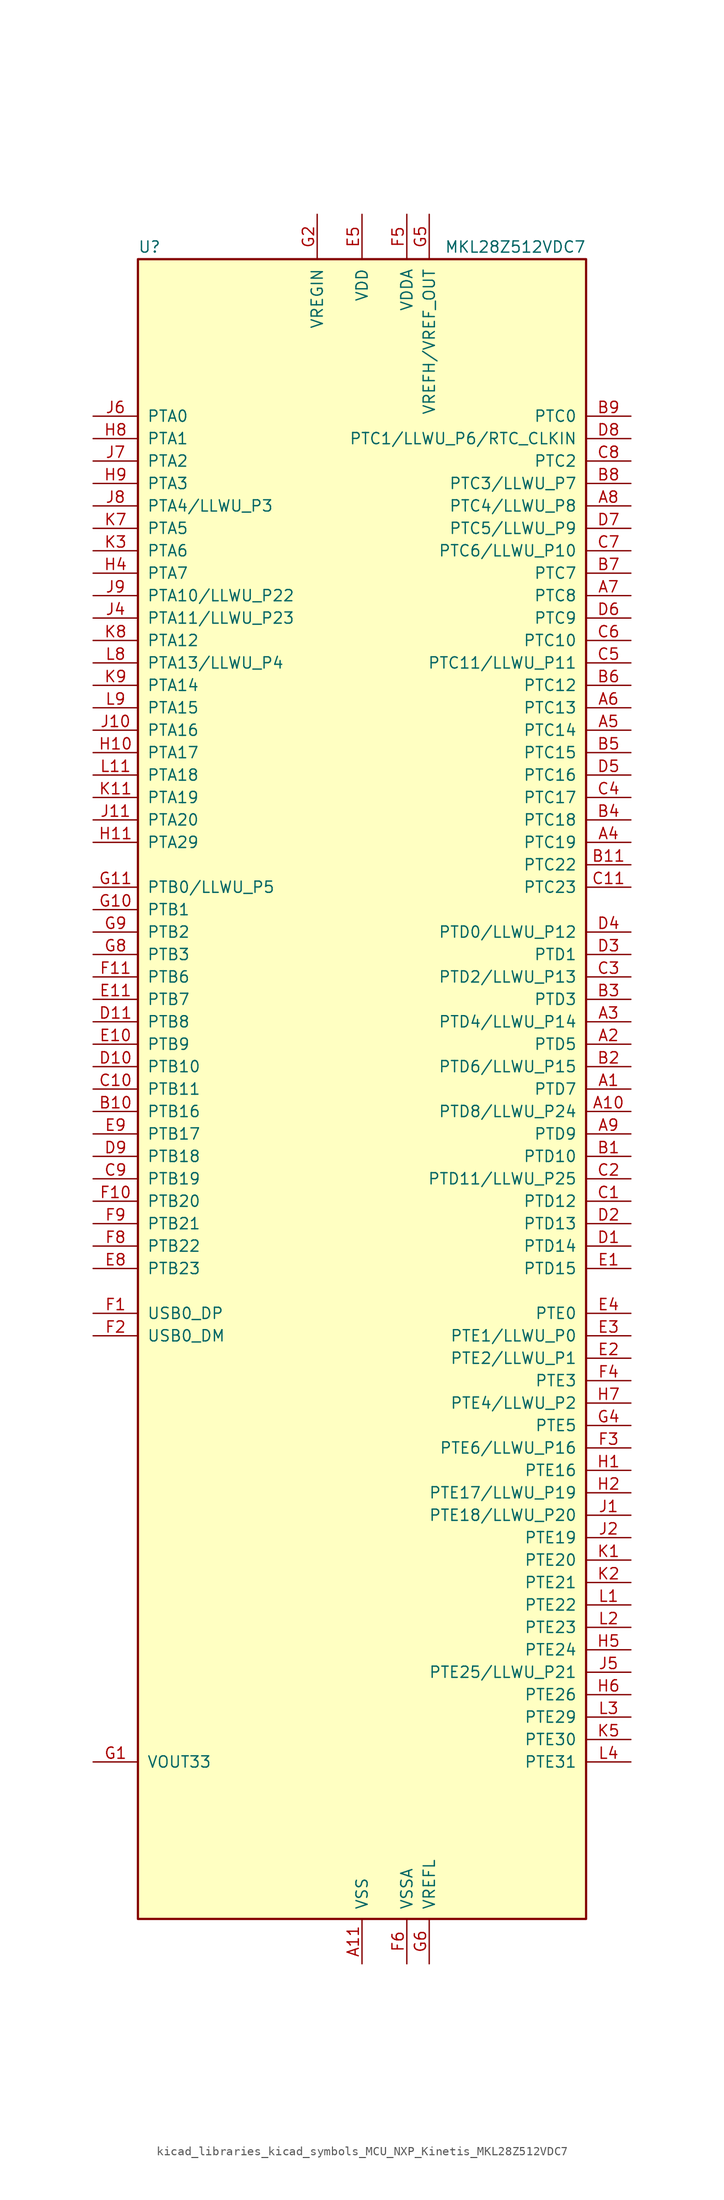
<source format=kicad_sym>
(kicad_symbol_lib
  (version 20220914)
  (generator kicad_symbol_editor)
  (symbol "kicad_libraries_kicad_symbols_MCU_NXP_Kinetis_MKL28Z512VDC7"
    (pin_names
      (offset 1.016))
    (property "Reference" "U"
      (at -25.4 94.615 0)
      (effects (font (size 1.27 1.27)) (justify left bottom)))
    (property "Value" "MKL28Z512VDC7"
      (at 25.4 94.615 0)
      (effects (font (size 1.27 1.27)) (justify right bottom)))
    (symbol "kicad_libraries_kicad_symbols_MCU_NXP_Kinetis_MKL28Z512VDC7_0_1"
      (rectangle (start -25.4 93.98) (end 25.4 -93.98) (stroke (width 0.254) (type default)) (fill (type background))))
    (symbol "kicad_libraries_kicad_symbols_MCU_NXP_Kinetis_MKL28Z512VDC7_1_1"
      (pin bidirectional line (at 30.48 0 180) (length 5.08) (name "PTD7" (effects (font (size 1.27 1.27)))) (number "A1" (effects (font (size 1.27 1.27)))))
      (pin bidirectional line (at 30.48 -2.54 180) (length 5.08) (name "PTD8/LLWU_P24" (effects (font (size 1.27 1.27)))) (number "A10" (effects (font (size 1.27 1.27)))))
      (pin power_in line (at 0 -99.06 90) (length 5.08) (name "VSS" (effects (font (size 1.27 1.27)))) (number "A11" (effects (font (size 1.27 1.27)))))
      (pin bidirectional line (at 30.48 5.08 180) (length 5.08) (name "PTD5" (effects (font (size 1.27 1.27)))) (number "A2" (effects (font (size 1.27 1.27)))))
      (pin bidirectional line (at 30.48 7.62 180) (length 5.08) (name "PTD4/LLWU_P14" (effects (font (size 1.27 1.27)))) (number "A3" (effects (font (size 1.27 1.27)))))
      (pin bidirectional line (at 30.48 27.94 180) (length 5.08) (name "PTC19" (effects (font (size 1.27 1.27)))) (number "A4" (effects (font (size 1.27 1.27)))))
      (pin bidirectional line (at 30.48 40.64 180) (length 5.08) (name "PTC14" (effects (font (size 1.27 1.27)))) (number "A5" (effects (font (size 1.27 1.27)))))
      (pin bidirectional line (at 30.48 43.18 180) (length 5.08) (name "PTC13" (effects (font (size 1.27 1.27)))) (number "A6" (effects (font (size 1.27 1.27)))))
      (pin bidirectional line (at 30.48 55.88 180) (length 5.08) (name "PTC8" (effects (font (size 1.27 1.27)))) (number "A7" (effects (font (size 1.27 1.27)))))
      (pin bidirectional line (at 30.48 66.04 180) (length 5.08) (name "PTC4/LLWU_P8" (effects (font (size 1.27 1.27)))) (number "A8" (effects (font (size 1.27 1.27)))))
      (pin bidirectional line (at 30.48 -5.08 180) (length 5.08) (name "PTD9" (effects (font (size 1.27 1.27)))) (number "A9" (effects (font (size 1.27 1.27)))))
      (pin bidirectional line (at 30.48 -7.62 180) (length 5.08) (name "PTD10" (effects (font (size 1.27 1.27)))) (number "B1" (effects (font (size 1.27 1.27)))))
      (pin bidirectional line (at -30.48 -2.54 0) (length 5.08) (name "PTB16" (effects (font (size 1.27 1.27)))) (number "B10" (effects (font (size 1.27 1.27)))))
      (pin bidirectional line (at 30.48 25.4 180) (length 5.08) (name "PTC22" (effects (font (size 1.27 1.27)))) (number "B11" (effects (font (size 1.27 1.27)))))
      (pin bidirectional line (at 30.48 2.54 180) (length 5.08) (name "PTD6/LLWU_P15" (effects (font (size 1.27 1.27)))) (number "B2" (effects (font (size 1.27 1.27)))))
      (pin bidirectional line (at 30.48 10.16 180) (length 5.08) (name "PTD3" (effects (font (size 1.27 1.27)))) (number "B3" (effects (font (size 1.27 1.27)))))
      (pin bidirectional line (at 30.48 30.48 180) (length 5.08) (name "PTC18" (effects (font (size 1.27 1.27)))) (number "B4" (effects (font (size 1.27 1.27)))))
      (pin bidirectional line (at 30.48 38.1 180) (length 5.08) (name "PTC15" (effects (font (size 1.27 1.27)))) (number "B5" (effects (font (size 1.27 1.27)))))
      (pin bidirectional line (at 30.48 45.72 180) (length 5.08) (name "PTC12" (effects (font (size 1.27 1.27)))) (number "B6" (effects (font (size 1.27 1.27)))))
      (pin bidirectional line (at 30.48 58.42 180) (length 5.08) (name "PTC7" (effects (font (size 1.27 1.27)))) (number "B7" (effects (font (size 1.27 1.27)))))
      (pin bidirectional line (at 30.48 68.58 180) (length 5.08) (name "PTC3/LLWU_P7" (effects (font (size 1.27 1.27)))) (number "B8" (effects (font (size 1.27 1.27)))))
      (pin bidirectional line (at 30.48 76.2 180) (length 5.08) (name "PTC0" (effects (font (size 1.27 1.27)))) (number "B9" (effects (font (size 1.27 1.27)))))
      (pin bidirectional line (at 30.48 -12.7 180) (length 5.08) (name "PTD12" (effects (font (size 1.27 1.27)))) (number "C1" (effects (font (size 1.27 1.27)))))
      (pin bidirectional line (at -30.48 0 0) (length 5.08) (name "PTB11" (effects (font (size 1.27 1.27)))) (number "C10" (effects (font (size 1.27 1.27)))))
      (pin bidirectional line (at 30.48 22.86 180) (length 5.08) (name "PTC23" (effects (font (size 1.27 1.27)))) (number "C11" (effects (font (size 1.27 1.27)))))
      (pin bidirectional line (at 30.48 -10.16 180) (length 5.08) (name "PTD11/LLWU_P25" (effects (font (size 1.27 1.27)))) (number "C2" (effects (font (size 1.27 1.27)))))
      (pin bidirectional line (at 30.48 12.7 180) (length 5.08) (name "PTD2/LLWU_P13" (effects (font (size 1.27 1.27)))) (number "C3" (effects (font (size 1.27 1.27)))))
      (pin bidirectional line (at 30.48 33.02 180) (length 5.08) (name "PTC17" (effects (font (size 1.27 1.27)))) (number "C4" (effects (font (size 1.27 1.27)))))
      (pin bidirectional line (at 30.48 48.26 180) (length 5.08) (name "PTC11/LLWU_P11" (effects (font (size 1.27 1.27)))) (number "C5" (effects (font (size 1.27 1.27)))))
      (pin bidirectional line (at 30.48 50.8 180) (length 5.08) (name "PTC10" (effects (font (size 1.27 1.27)))) (number "C6" (effects (font (size 1.27 1.27)))))
      (pin bidirectional line (at 30.48 60.96 180) (length 5.08) (name "PTC6/LLWU_P10" (effects (font (size 1.27 1.27)))) (number "C7" (effects (font (size 1.27 1.27)))))
      (pin bidirectional line (at 30.48 71.12 180) (length 5.08) (name "PTC2" (effects (font (size 1.27 1.27)))) (number "C8" (effects (font (size 1.27 1.27)))))
      (pin bidirectional line (at -30.48 -10.16 0) (length 5.08) (name "PTB19" (effects (font (size 1.27 1.27)))) (number "C9" (effects (font (size 1.27 1.27)))))
      (pin bidirectional line (at 30.48 -17.78 180) (length 5.08) (name "PTD14" (effects (font (size 1.27 1.27)))) (number "D1" (effects (font (size 1.27 1.27)))))
      (pin bidirectional line (at -30.48 2.54 0) (length 5.08) (name "PTB10" (effects (font (size 1.27 1.27)))) (number "D10" (effects (font (size 1.27 1.27)))))
      (pin bidirectional line (at -30.48 7.62 0) (length 5.08) (name "PTB8" (effects (font (size 1.27 1.27)))) (number "D11" (effects (font (size 1.27 1.27)))))
      (pin bidirectional line (at 30.48 -15.24 180) (length 5.08) (name "PTD13" (effects (font (size 1.27 1.27)))) (number "D2" (effects (font (size 1.27 1.27)))))
      (pin bidirectional line (at 30.48 15.24 180) (length 5.08) (name "PTD1" (effects (font (size 1.27 1.27)))) (number "D3" (effects (font (size 1.27 1.27)))))
      (pin bidirectional line (at 30.48 17.78 180) (length 5.08) (name "PTD0/LLWU_P12" (effects (font (size 1.27 1.27)))) (number "D4" (effects (font (size 1.27 1.27)))))
      (pin bidirectional line (at 30.48 35.56 180) (length 5.08) (name "PTC16" (effects (font (size 1.27 1.27)))) (number "D5" (effects (font (size 1.27 1.27)))))
      (pin bidirectional line (at 30.48 53.34 180) (length 5.08) (name "PTC9" (effects (font (size 1.27 1.27)))) (number "D6" (effects (font (size 1.27 1.27)))))
      (pin bidirectional line (at 30.48 63.5 180) (length 5.08) (name "PTC5/LLWU_P9" (effects (font (size 1.27 1.27)))) (number "D7" (effects (font (size 1.27 1.27)))))
      (pin bidirectional line (at 30.48 73.66 180) (length 5.08) (name "PTC1/LLWU_P6/RTC_CLKIN" (effects (font (size 1.27 1.27)))) (number "D8" (effects (font (size 1.27 1.27)))))
      (pin bidirectional line (at -30.48 -7.62 0) (length 5.08) (name "PTB18" (effects (font (size 1.27 1.27)))) (number "D9" (effects (font (size 1.27 1.27)))))
      (pin bidirectional line (at 30.48 -20.32 180) (length 5.08) (name "PTD15" (effects (font (size 1.27 1.27)))) (number "E1" (effects (font (size 1.27 1.27)))))
      (pin bidirectional line (at -30.48 5.08 0) (length 5.08) (name "PTB9" (effects (font (size 1.27 1.27)))) (number "E10" (effects (font (size 1.27 1.27)))))
      (pin bidirectional line (at -30.48 10.16 0) (length 5.08) (name "PTB7" (effects (font (size 1.27 1.27)))) (number "E11" (effects (font (size 1.27 1.27)))))
      (pin bidirectional line (at 30.48 -30.48 180) (length 5.08) (name "PTE2/LLWU_P1" (effects (font (size 1.27 1.27)))) (number "E2" (effects (font (size 1.27 1.27)))))
      (pin bidirectional line (at 30.48 -27.94 180) (length 5.08) (name "PTE1/LLWU_P0" (effects (font (size 1.27 1.27)))) (number "E3" (effects (font (size 1.27 1.27)))))
      (pin bidirectional line (at 30.48 -25.4 180) (length 5.08) (name "PTE0" (effects (font (size 1.27 1.27)))) (number "E4" (effects (font (size 1.27 1.27)))))
      (pin power_in line (at 0 99.06 270) (length 5.08) (name "VDD" (effects (font (size 1.27 1.27)))) (number "E5" (effects (font (size 1.27 1.27)))))
      (pin passive line (at 0 99.06 270) (length 5.08) hide (name "VDD" (effects (font (size 1.27 1.27)))) (number "E6" (effects (font (size 1.27 1.27)))))
      (pin passive line (at 0 99.06 270) (length 5.08) hide (name "VDD" (effects (font (size 1.27 1.27)))) (number "E7" (effects (font (size 1.27 1.27)))))
      (pin bidirectional line (at -30.48 -20.32 0) (length 5.08) (name "PTB23" (effects (font (size 1.27 1.27)))) (number "E8" (effects (font (size 1.27 1.27)))))
      (pin bidirectional line (at -30.48 -5.08 0) (length 5.08) (name "PTB17" (effects (font (size 1.27 1.27)))) (number "E9" (effects (font (size 1.27 1.27)))))
      (pin bidirectional line (at -30.48 -25.4 0) (length 5.08) (name "USB0_DP" (effects (font (size 1.27 1.27)))) (number "F1" (effects (font (size 1.27 1.27)))))
      (pin bidirectional line (at -30.48 -12.7 0) (length 5.08) (name "PTB20" (effects (font (size 1.27 1.27)))) (number "F10" (effects (font (size 1.27 1.27)))))
      (pin bidirectional line (at -30.48 12.7 0) (length 5.08) (name "PTB6" (effects (font (size 1.27 1.27)))) (number "F11" (effects (font (size 1.27 1.27)))))
      (pin bidirectional line (at -30.48 -27.94 0) (length 5.08) (name "USB0_DM" (effects (font (size 1.27 1.27)))) (number "F2" (effects (font (size 1.27 1.27)))))
      (pin bidirectional line (at 30.48 -40.64 180) (length 5.08) (name "PTE6/LLWU_P16" (effects (font (size 1.27 1.27)))) (number "F3" (effects (font (size 1.27 1.27)))))
      (pin bidirectional line (at 30.48 -33.02 180) (length 5.08) (name "PTE3" (effects (font (size 1.27 1.27)))) (number "F4" (effects (font (size 1.27 1.27)))))
      (pin power_in line (at 5.08 99.06 270) (length 5.08) (name "VDDA" (effects (font (size 1.27 1.27)))) (number "F5" (effects (font (size 1.27 1.27)))))
      (pin power_in line (at 5.08 -99.06 90) (length 5.08) (name "VSSA" (effects (font (size 1.27 1.27)))) (number "F6" (effects (font (size 1.27 1.27)))))
      (pin passive line (at 0 -99.06 90) (length 5.08) hide (name "VSS" (effects (font (size 1.27 1.27)))) (number "F7" (effects (font (size 1.27 1.27)))))
      (pin bidirectional line (at -30.48 -17.78 0) (length 5.08) (name "PTB22" (effects (font (size 1.27 1.27)))) (number "F8" (effects (font (size 1.27 1.27)))))
      (pin bidirectional line (at -30.48 -15.24 0) (length 5.08) (name "PTB21" (effects (font (size 1.27 1.27)))) (number "F9" (effects (font (size 1.27 1.27)))))
      (pin power_out line (at -30.48 -76.2 0) (length 5.08) (name "VOUT33" (effects (font (size 1.27 1.27)))) (number "G1" (effects (font (size 1.27 1.27)))))
      (pin bidirectional line (at -30.48 20.32 0) (length 5.08) (name "PTB1" (effects (font (size 1.27 1.27)))) (number "G10" (effects (font (size 1.27 1.27)))))
      (pin bidirectional line (at -30.48 22.86 0) (length 5.08) (name "PTB0/LLWU_P5" (effects (font (size 1.27 1.27)))) (number "G11" (effects (font (size 1.27 1.27)))))
      (pin power_in line (at -5.08 99.06 270) (length 5.08) (name "VREGIN" (effects (font (size 1.27 1.27)))) (number "G2" (effects (font (size 1.27 1.27)))))
      (pin passive line (at 0 -99.06 90) (length 5.08) hide (name "VSS" (effects (font (size 1.27 1.27)))) (number "G3" (effects (font (size 1.27 1.27)))))
      (pin bidirectional line (at 30.48 -38.1 180) (length 5.08) (name "PTE5" (effects (font (size 1.27 1.27)))) (number "G4" (effects (font (size 1.27 1.27)))))
      (pin power_in line (at 7.62 99.06 270) (length 5.08) (name "VREFH/VREF_OUT" (effects (font (size 1.27 1.27)))) (number "G5" (effects (font (size 1.27 1.27)))))
      (pin power_in line (at 7.62 -99.06 90) (length 5.08) (name "VREFL" (effects (font (size 1.27 1.27)))) (number "G6" (effects (font (size 1.27 1.27)))))
      (pin passive line (at 0 -99.06 90) (length 5.08) hide (name "VSS" (effects (font (size 1.27 1.27)))) (number "G7" (effects (font (size 1.27 1.27)))))
      (pin bidirectional line (at -30.48 15.24 0) (length 5.08) (name "PTB3" (effects (font (size 1.27 1.27)))) (number "G8" (effects (font (size 1.27 1.27)))))
      (pin bidirectional line (at -30.48 17.78 0) (length 5.08) (name "PTB2" (effects (font (size 1.27 1.27)))) (number "G9" (effects (font (size 1.27 1.27)))))
      (pin bidirectional line (at 30.48 -43.18 180) (length 5.08) (name "PTE16" (effects (font (size 1.27 1.27)))) (number "H1" (effects (font (size 1.27 1.27)))))
      (pin bidirectional line (at -30.48 38.1 0) (length 5.08) (name "PTA17" (effects (font (size 1.27 1.27)))) (number "H10" (effects (font (size 1.27 1.27)))))
      (pin bidirectional line (at -30.48 27.94 0) (length 5.08) (name "PTA29" (effects (font (size 1.27 1.27)))) (number "H11" (effects (font (size 1.27 1.27)))))
      (pin bidirectional line (at 30.48 -45.72 180) (length 5.08) (name "PTE17/LLWU_P19" (effects (font (size 1.27 1.27)))) (number "H2" (effects (font (size 1.27 1.27)))))
      (pin no_connect line (at -25.4 -63.5 0) (length 5.08) hide (name "NC" (effects (font (size 1.27 1.27)))) (number "H3" (effects (font (size 1.27 1.27)))))
      (pin bidirectional line (at -30.48 58.42 0) (length 5.08) (name "PTA7" (effects (font (size 1.27 1.27)))) (number "H4" (effects (font (size 1.27 1.27)))))
      (pin bidirectional line (at 30.48 -63.5 180) (length 5.08) (name "PTE24" (effects (font (size 1.27 1.27)))) (number "H5" (effects (font (size 1.27 1.27)))))
      (pin bidirectional line (at 30.48 -68.58 180) (length 5.08) (name "PTE26" (effects (font (size 1.27 1.27)))) (number "H6" (effects (font (size 1.27 1.27)))))
      (pin bidirectional line (at 30.48 -35.56 180) (length 5.08) (name "PTE4/LLWU_P2" (effects (font (size 1.27 1.27)))) (number "H7" (effects (font (size 1.27 1.27)))))
      (pin bidirectional line (at -30.48 73.66 0) (length 5.08) (name "PTA1" (effects (font (size 1.27 1.27)))) (number "H8" (effects (font (size 1.27 1.27)))))
      (pin bidirectional line (at -30.48 68.58 0) (length 5.08) (name "PTA3" (effects (font (size 1.27 1.27)))) (number "H9" (effects (font (size 1.27 1.27)))))
      (pin bidirectional line (at 30.48 -48.26 180) (length 5.08) (name "PTE18/LLWU_P20" (effects (font (size 1.27 1.27)))) (number "J1" (effects (font (size 1.27 1.27)))))
      (pin bidirectional line (at -30.48 40.64 0) (length 5.08) (name "PTA16" (effects (font (size 1.27 1.27)))) (number "J10" (effects (font (size 1.27 1.27)))))
      (pin bidirectional line (at -30.48 30.48 0) (length 5.08) (name "PTA20" (effects (font (size 1.27 1.27)))) (number "J11" (effects (font (size 1.27 1.27)))))
      (pin bidirectional line (at 30.48 -50.8 180) (length 5.08) (name "PTE19" (effects (font (size 1.27 1.27)))) (number "J2" (effects (font (size 1.27 1.27)))))
      (pin no_connect line (at -25.4 -66.04 0) (length 5.08) hide (name "NC" (effects (font (size 1.27 1.27)))) (number "J3" (effects (font (size 1.27 1.27)))))
      (pin bidirectional line (at -30.48 53.34 0) (length 5.08) (name "PTA11/LLWU_P23" (effects (font (size 1.27 1.27)))) (number "J4" (effects (font (size 1.27 1.27)))))
      (pin bidirectional line (at 30.48 -66.04 180) (length 5.08) (name "PTE25/LLWU_P21" (effects (font (size 1.27 1.27)))) (number "J5" (effects (font (size 1.27 1.27)))))
      (pin bidirectional line (at -30.48 76.2 0) (length 5.08) (name "PTA0" (effects (font (size 1.27 1.27)))) (number "J6" (effects (font (size 1.27 1.27)))))
      (pin bidirectional line (at -30.48 71.12 0) (length 5.08) (name "PTA2" (effects (font (size 1.27 1.27)))) (number "J7" (effects (font (size 1.27 1.27)))))
      (pin bidirectional line (at -30.48 66.04 0) (length 5.08) (name "PTA4/LLWU_P3" (effects (font (size 1.27 1.27)))) (number "J8" (effects (font (size 1.27 1.27)))))
      (pin bidirectional line (at -30.48 55.88 0) (length 5.08) (name "PTA10/LLWU_P22" (effects (font (size 1.27 1.27)))) (number "J9" (effects (font (size 1.27 1.27)))))
      (pin bidirectional line (at 30.48 -53.34 180) (length 5.08) (name "PTE20" (effects (font (size 1.27 1.27)))) (number "K1" (effects (font (size 1.27 1.27)))))
      (pin passive line (at 0 -99.06 90) (length 5.08) hide (name "VSS" (effects (font (size 1.27 1.27)))) (number "K10" (effects (font (size 1.27 1.27)))))
      (pin bidirectional line (at -30.48 33.02 0) (length 5.08) (name "PTA19" (effects (font (size 1.27 1.27)))) (number "K11" (effects (font (size 1.27 1.27)))))
      (pin bidirectional line (at 30.48 -55.88 180) (length 5.08) (name "PTE21" (effects (font (size 1.27 1.27)))) (number "K2" (effects (font (size 1.27 1.27)))))
      (pin bidirectional line (at -30.48 60.96 0) (length 5.08) (name "PTA6" (effects (font (size 1.27 1.27)))) (number "K3" (effects (font (size 1.27 1.27)))))
      (pin no_connect line (at -25.4 -68.58 0) (length 5.08) hide (name "NC" (effects (font (size 1.27 1.27)))) (number "K4" (effects (font (size 1.27 1.27)))))
      (pin bidirectional line (at 30.48 -73.66 180) (length 5.08) (name "PTE30" (effects (font (size 1.27 1.27)))) (number "K5" (effects (font (size 1.27 1.27)))))
      (pin passive line (at 0 99.06 270) (length 5.08) hide (name "VDD" (effects (font (size 1.27 1.27)))) (number "K6" (effects (font (size 1.27 1.27)))))
      (pin bidirectional line (at -30.48 63.5 0) (length 5.08) (name "PTA5" (effects (font (size 1.27 1.27)))) (number "K7" (effects (font (size 1.27 1.27)))))
      (pin bidirectional line (at -30.48 50.8 0) (length 5.08) (name "PTA12" (effects (font (size 1.27 1.27)))) (number "K8" (effects (font (size 1.27 1.27)))))
      (pin bidirectional line (at -30.48 45.72 0) (length 5.08) (name "PTA14" (effects (font (size 1.27 1.27)))) (number "K9" (effects (font (size 1.27 1.27)))))
      (pin bidirectional line (at 30.48 -58.42 180) (length 5.08) (name "PTE22" (effects (font (size 1.27 1.27)))) (number "L1" (effects (font (size 1.27 1.27)))))
      (pin passive line (at 0 99.06 270) (length 5.08) hide (name "VDD" (effects (font (size 1.27 1.27)))) (number "L10" (effects (font (size 1.27 1.27)))))
      (pin bidirectional line (at -30.48 35.56 0) (length 5.08) (name "PTA18" (effects (font (size 1.27 1.27)))) (number "L11" (effects (font (size 1.27 1.27)))))
      (pin bidirectional line (at 30.48 -60.96 180) (length 5.08) (name "PTE23" (effects (font (size 1.27 1.27)))) (number "L2" (effects (font (size 1.27 1.27)))))
      (pin bidirectional line (at 30.48 -71.12 180) (length 5.08) (name "PTE29" (effects (font (size 1.27 1.27)))) (number "L3" (effects (font (size 1.27 1.27)))))
      (pin bidirectional line (at 30.48 -76.2 180) (length 5.08) (name "PTE31" (effects (font (size 1.27 1.27)))) (number "L4" (effects (font (size 1.27 1.27)))))
      (pin passive line (at 0 -99.06 90) (length 5.08) hide (name "VSS" (effects (font (size 1.27 1.27)))) (number "L5" (effects (font (size 1.27 1.27)))))
      (pin passive line (at 0 -99.06 90) (length 5.08) hide (name "VSS" (effects (font (size 1.27 1.27)))) (number "L6" (effects (font (size 1.27 1.27)))))
      (pin no_connect line (at -25.4 -71.12 0) (length 5.08) hide (name "NC" (effects (font (size 1.27 1.27)))) (number "L7" (effects (font (size 1.27 1.27)))))
      (pin bidirectional line (at -30.48 48.26 0) (length 5.08) (name "PTA13/LLWU_P4" (effects (font (size 1.27 1.27)))) (number "L8" (effects (font (size 1.27 1.27)))))
      (pin bidirectional line (at -30.48 43.18 0) (length 5.08) (name "PTA15" (effects (font (size 1.27 1.27)))) (number "L9" (effects (font (size 1.27 1.27))))))))
</source>
